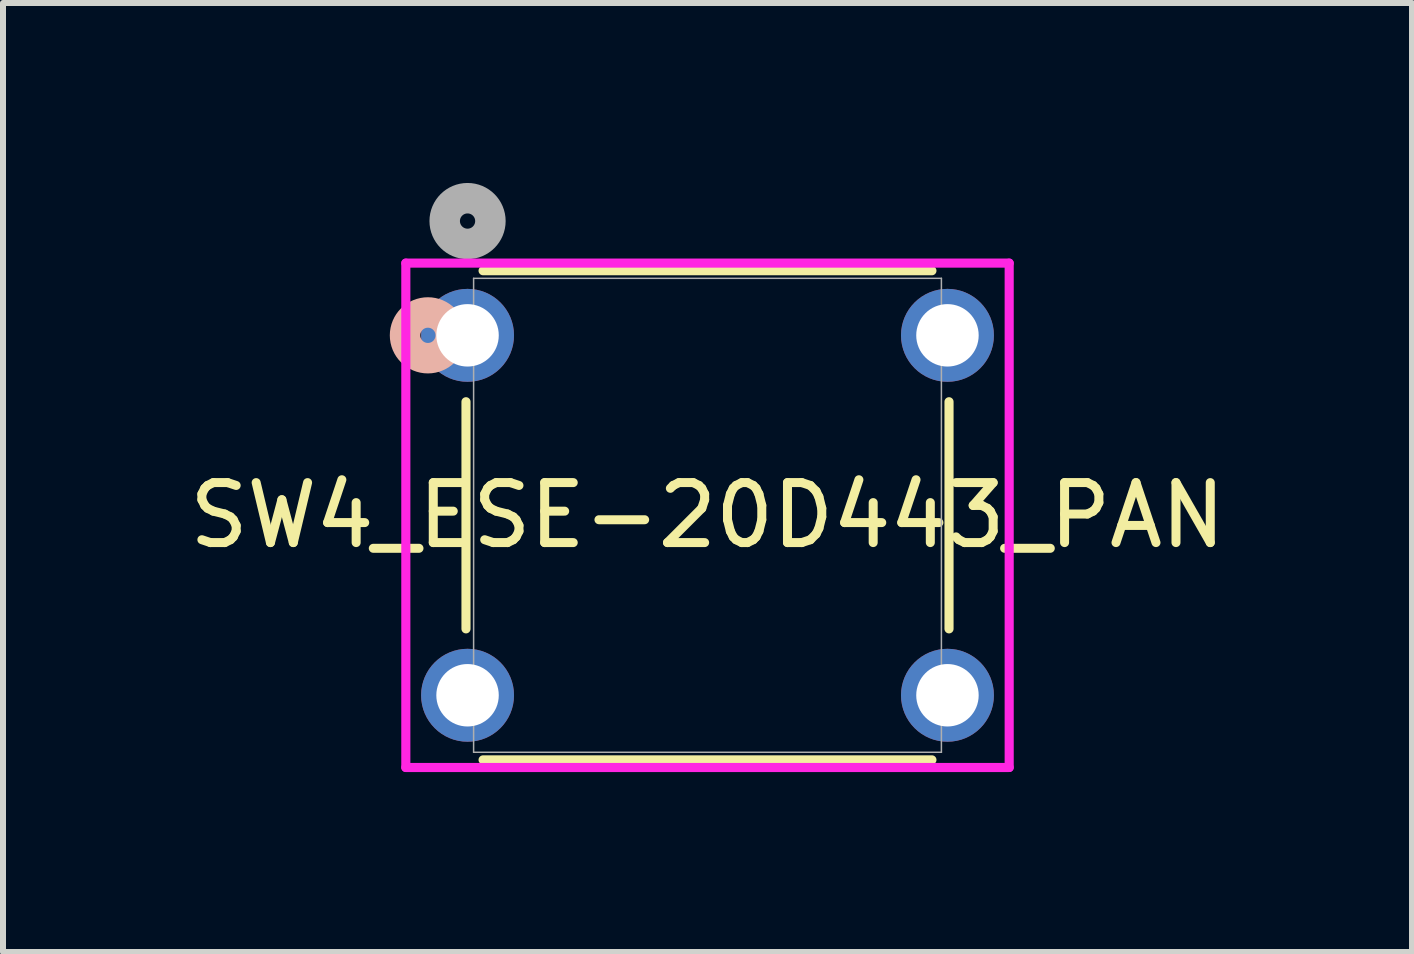
<source format=kicad_pcb>
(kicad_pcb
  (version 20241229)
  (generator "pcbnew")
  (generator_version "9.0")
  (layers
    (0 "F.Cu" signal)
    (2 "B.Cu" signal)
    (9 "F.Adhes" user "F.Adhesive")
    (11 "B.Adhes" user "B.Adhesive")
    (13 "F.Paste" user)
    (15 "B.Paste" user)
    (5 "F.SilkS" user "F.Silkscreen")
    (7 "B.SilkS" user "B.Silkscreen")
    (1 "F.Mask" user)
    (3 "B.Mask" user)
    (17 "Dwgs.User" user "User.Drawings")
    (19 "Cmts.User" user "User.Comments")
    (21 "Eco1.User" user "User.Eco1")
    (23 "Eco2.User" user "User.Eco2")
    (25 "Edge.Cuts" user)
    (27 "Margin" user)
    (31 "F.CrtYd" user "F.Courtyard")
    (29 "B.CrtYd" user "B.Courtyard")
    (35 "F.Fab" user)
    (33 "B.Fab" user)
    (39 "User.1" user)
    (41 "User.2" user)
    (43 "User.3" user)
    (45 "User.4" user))
  (footprint "SW4_ESE-20D443_PAN"
    (layer "F.Cu")
    (at 4.744 2.54)
    (property "Reference" "SW4_ESE-20D443_PAN" (at 4 3 0) (unlocked yes) (layer "F.SilkS") (effects (font (size 1 1) (thickness 0.15))))
    (attr through_hole)
    (fp_line (start -0.026 1.107) (end -0.026 4.893) (stroke (width 0.152) (type solid)) (layer "F.SilkS"))
    (fp_line (start 0.259 7.077) (end 7.741 7.077) (stroke (width 0.152) (type solid)) (layer "F.SilkS"))
    (fp_line (start 7.741 -1.077) (end 0.259 -1.077) (stroke (width 0.152) (type solid)) (layer "F.SilkS"))
    (fp_line (start 8.026 4.893) (end 8.026 1.107) (stroke (width 0.152) (type solid)) (layer "F.SilkS"))
    (fp_circle (center -0.661 0) (end -0.28 0) (stroke (width 0.508) (type solid)) (fill no) (layer "B.SilkS"))
    (fp_line (start -1.029 -1.204) (end -1.029 7.204) (stroke (width 0.152) (type solid)) (layer "F.CrtYd"))
    (fp_line (start -1.029 7.204) (end 9.029 7.204) (stroke (width 0.152) (type solid)) (layer "F.CrtYd"))
    (fp_line (start 9.029 -1.204) (end -1.029 -1.204) (stroke (width 0.152) (type solid)) (layer "F.CrtYd"))
    (fp_line (start 9.029 7.204) (end 9.029 -1.204) (stroke (width 0.152) (type solid)) (layer "F.CrtYd"))
    (fp_line (start 0.101 -0.95) (end 0.101 6.95) (stroke (width 0.025) (type solid)) (layer "F.Fab"))
    (fp_line (start 0.101 6.95) (end 7.899 6.95) (stroke (width 0.025) (type solid)) (layer "F.Fab"))
    (fp_line (start 7.899 -0.95) (end 0.101 -0.95) (stroke (width 0.025) (type solid)) (layer "F.Fab"))
    (fp_line (start 7.899 6.95) (end 7.899 -0.95) (stroke (width 0.025) (type solid)) (layer "F.Fab"))
    (fp_circle (center 0 -1.905) (end 0.381 -1.905) (stroke (width 0.508) (type solid)) (fill no) (layer "F.Fab"))
    (pad "1" thru_hole circle (at 0 0) (size 1.549 1.549) (drill 1.041) (layers "*.Cu" "*.Mask"))
    (pad "2" thru_hole circle (at 0 6) (size 1.549 1.549) (drill 1.041) (layers "*.Cu" "*.Mask"))
    (pad "3" thru_hole circle (at 8 0) (size 1.549 1.549) (drill 1.041) (layers "*.Cu" "*.Mask"))
    (pad "4" thru_hole circle (at 8 6) (size 1.549 1.549) (drill 1.041) (layers "*.Cu" "*.Mask")))
  (gr_rect
    (start -3 -3)
    (end 20.488 12.82)
    (stroke (width 0.1) (type default))
    (fill no)
    (layer "Edge.Cuts")))
</source>
